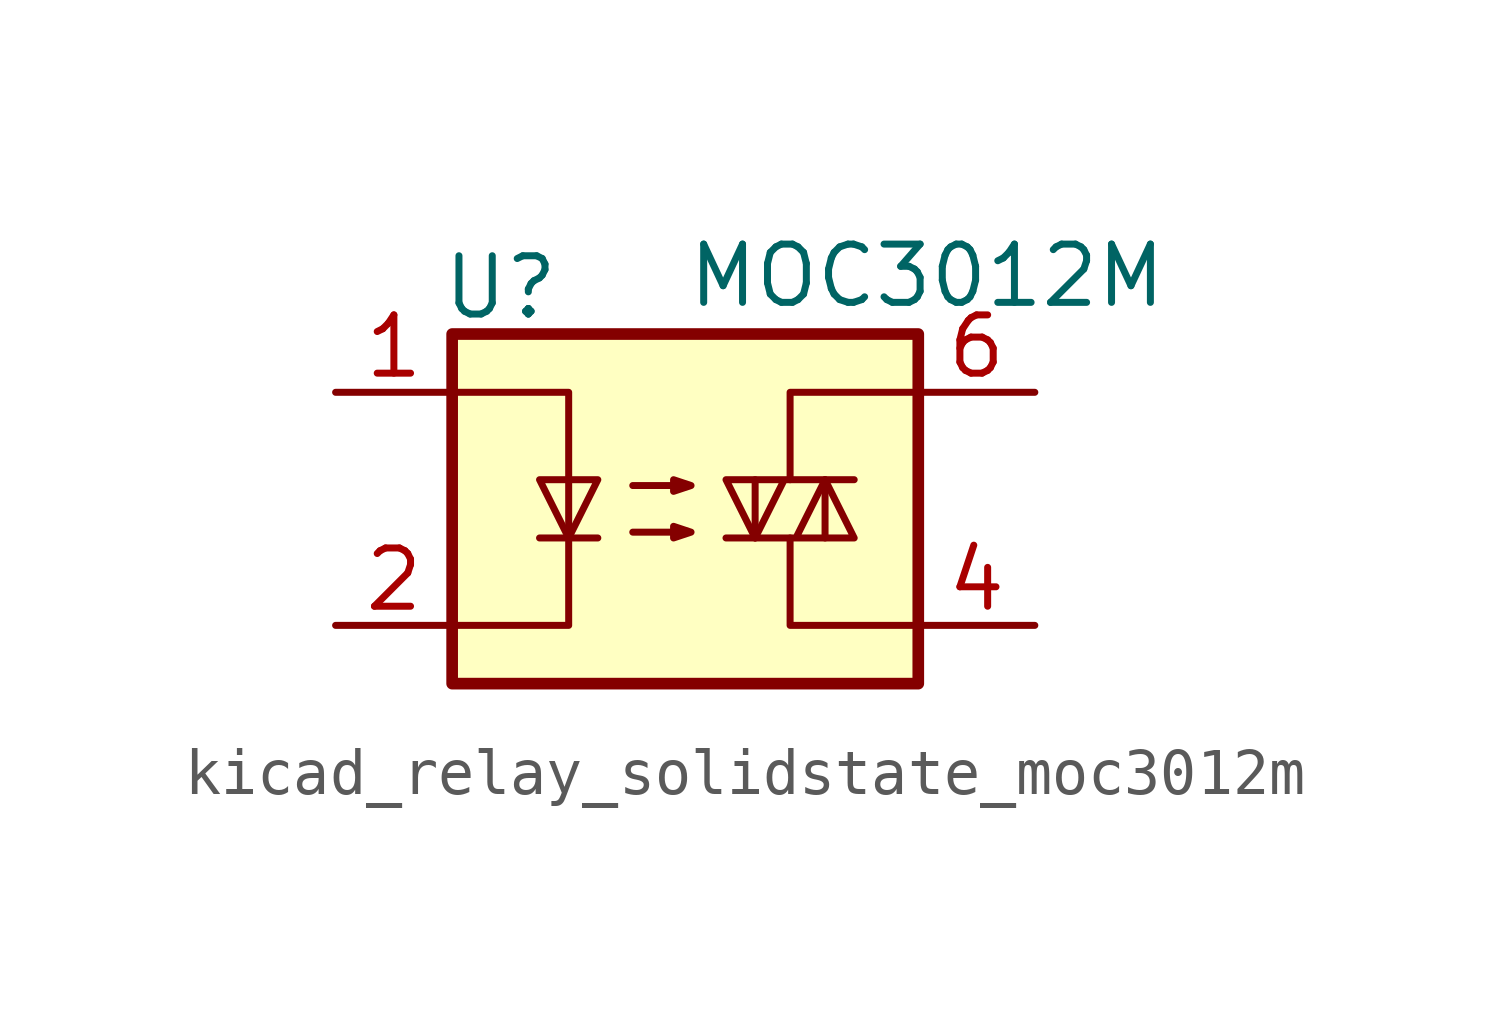
<source format=kicad_sym>
(kicad_symbol_lib
  (version 20220914)
  (generator kicad_symbol_editor)
  (symbol "kicad_relay_solidstate_moc3012m"
    (property "Reference" "U"
      (at -5.334 4.826 0)
      (effects (font (size 1.27 1.27)) (justify left)))
    (property "Value" "MOC3012M"
      (at 0 5.08 0)
      (effects (font (size 1.27 1.27)) (justify left)))
    (symbol "kicad_relay_solidstate_moc3012m_0_1"
      (rectangle (start -5.08 3.81) (end 5.08 -3.81) (stroke (width 0.254) (type default)) (fill (type background)))
      (polyline (pts (xy -3.175 -0.635) (xy -1.905 -0.635)) (stroke (width 0) (type default)) (fill (type none)))
      (polyline (pts (xy 1.524 -0.635) (xy 1.524 0.635)) (stroke (width 0) (type default)) (fill (type none)))
      (polyline (pts (xy 3.048 0.635) (xy 3.048 -0.635)) (stroke (width 0) (type default)) (fill (type none)))
      (polyline (pts (xy 2.286 -0.635) (xy 2.286 -2.54) (xy 5.08 -2.54)) (stroke (width 0) (type default)) (fill (type none)))
      (polyline (pts (xy 2.286 0.635) (xy 2.286 2.54) (xy 5.08 2.54)) (stroke (width 0) (type default)) (fill (type none)))
      (polyline (pts (xy -5.08 2.54) (xy -2.54 2.54) (xy -2.54 -2.54) (xy -5.08 -2.54)) (stroke (width 0) (type default)) (fill (type none)))
      (polyline (pts (xy -2.54 -0.635) (xy -3.175 0.635) (xy -1.905 0.635) (xy -2.54 -0.635)) (stroke (width 0) (type default)) (fill (type none)))
      (polyline (pts (xy 0.889 -0.635) (xy 3.683 -0.635) (xy 3.048 0.635) (xy 2.413 -0.635)) (stroke (width 0) (type default)) (fill (type none)))
      (polyline (pts (xy 3.683 0.635) (xy 0.889 0.635) (xy 1.524 -0.635) (xy 2.159 0.635)) (stroke (width 0) (type default)) (fill (type none)))
      (polyline (pts (xy -1.143 -0.508) (xy 0.127 -0.508) (xy -0.254 -0.635) (xy -0.254 -0.381) (xy 0.127 -0.508)) (stroke (width 0) (type default)) (fill (type none)))
      (polyline (pts (xy -1.143 0.508) (xy 0.127 0.508) (xy -0.254 0.381) (xy -0.254 0.635) (xy 0.127 0.508)) (stroke (width 0) (type default)) (fill (type none))))
    (symbol "kicad_relay_solidstate_moc3012m_1_1"
      (pin passive line (at -7.62 2.54 0) (length 2.54) (name "~" (effects (font (size 1.27 1.27)))) (number "1" (effects (font (size 1.27 1.27)))))
      (pin passive line (at -7.62 -2.54 0) (length 2.54) (name "~" (effects (font (size 1.27 1.27)))) (number "2" (effects (font (size 1.27 1.27)))))
      (pin no_connect line (at -5.08 0 0) (length 2.54) hide (name "NC" (effects (font (size 1.27 1.27)))) (number "3" (effects (font (size 1.27 1.27)))))
      (pin passive line (at 7.62 -2.54 180) (length 2.54) (name "~" (effects (font (size 1.27 1.27)))) (number "4" (effects (font (size 1.27 1.27)))))
      (pin no_connect line (at 5.08 0 180) (length 2.54) hide (name "NC" (effects (font (size 1.27 1.27)))) (number "5" (effects (font (size 1.27 1.27)))))
      (pin passive line (at 7.62 2.54 180) (length 2.54) (name "~" (effects (font (size 1.27 1.27)))) (number "6" (effects (font (size 1.27 1.27))))))))
</source>
